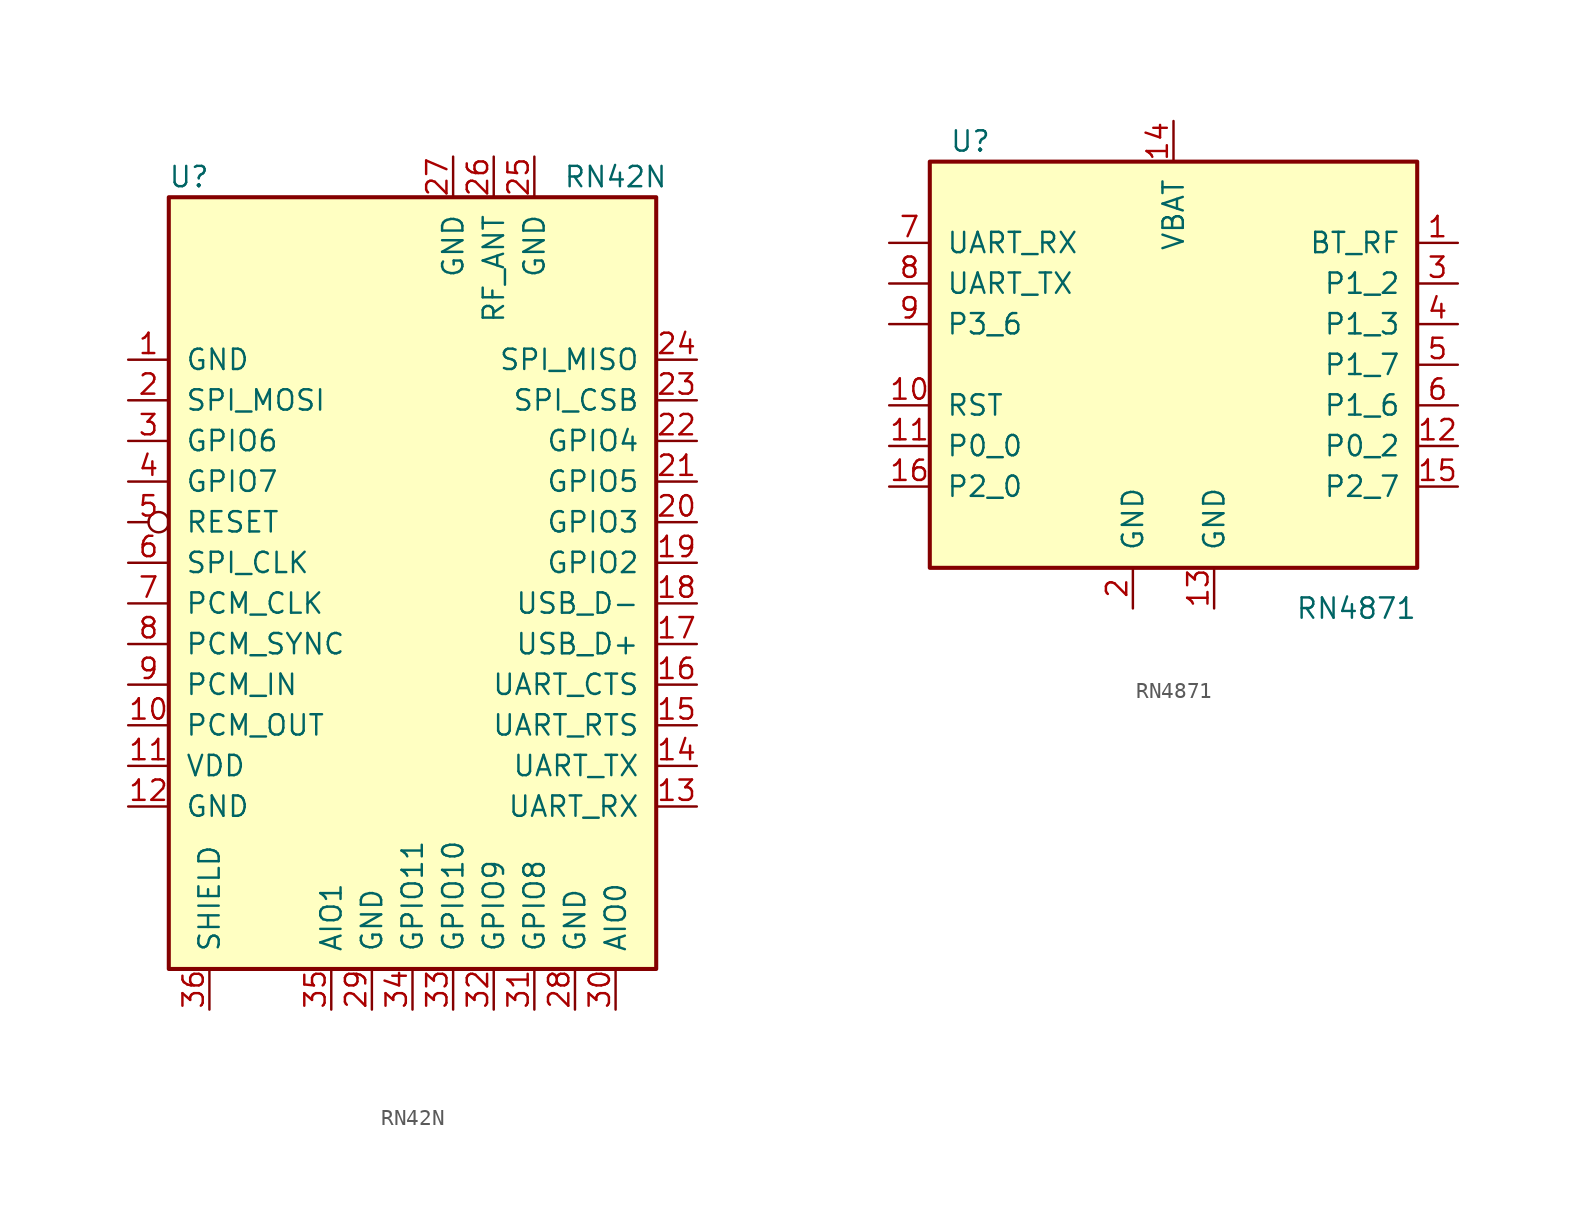
<source format=kicad_sym>
(kicad_symbol_lib
  (version 20211014)
  (generator kicad_symbol_editor)
  (symbol "RN42N"
    (pin_names
      (offset 1.016))
    (property "Reference" "U"
      (at -13.97 26.67 0)
      (effects (font (size 1.27 1.27))))
    (property "Value" "RN42N"
      (at 12.7 26.67 0)
      (effects (font (size 1.27 1.27))))
    (symbol "RN42N_0_1"
      (rectangle (start -15.24 25.4) (end 15.24 -22.86) (stroke (width 0.254) (type default) (color 0 0 0 0)) (fill (type background))))
    (symbol "RN42N_1_1"
      (pin power_in line (at -17.78 15.24 0) (length 2.54) (name "GND" (effects (font (size 1.27 1.27)))) (number "1" (effects (font (size 1.27 1.27)))))
      (pin output line (at -17.78 -7.62 0) (length 2.54) (name "PCM_OUT" (effects (font (size 1.27 1.27)))) (number "10" (effects (font (size 1.27 1.27)))))
      (pin power_in line (at -17.78 -10.16 0) (length 2.54) (name "VDD" (effects (font (size 1.27 1.27)))) (number "11" (effects (font (size 1.27 1.27)))))
      (pin power_in line (at -17.78 -12.7 0) (length 2.54) (name "GND" (effects (font (size 1.27 1.27)))) (number "12" (effects (font (size 1.27 1.27)))))
      (pin input line (at 17.78 -12.7 180) (length 2.54) (name "UART_RX" (effects (font (size 1.27 1.27)))) (number "13" (effects (font (size 1.27 1.27)))))
      (pin output line (at 17.78 -10.16 180) (length 2.54) (name "UART_TX" (effects (font (size 1.27 1.27)))) (number "14" (effects (font (size 1.27 1.27)))))
      (pin output line (at 17.78 -7.62 180) (length 2.54) (name "UART_RTS" (effects (font (size 1.27 1.27)))) (number "15" (effects (font (size 1.27 1.27)))))
      (pin input line (at 17.78 -5.08 180) (length 2.54) (name "UART_CTS" (effects (font (size 1.27 1.27)))) (number "16" (effects (font (size 1.27 1.27)))))
      (pin bidirectional line (at 17.78 -2.54 180) (length 2.54) (name "USB_D+" (effects (font (size 1.27 1.27)))) (number "17" (effects (font (size 1.27 1.27)))))
      (pin bidirectional line (at 17.78 0 180) (length 2.54) (name "USB_D-" (effects (font (size 1.27 1.27)))) (number "18" (effects (font (size 1.27 1.27)))))
      (pin bidirectional line (at 17.78 2.54 180) (length 2.54) (name "GPIO2" (effects (font (size 1.27 1.27)))) (number "19" (effects (font (size 1.27 1.27)))))
      (pin input line (at -17.78 12.7 0) (length 2.54) (name "SPI_MOSI" (effects (font (size 1.27 1.27)))) (number "2" (effects (font (size 1.27 1.27)))))
      (pin input line (at 17.78 5.08 180) (length 2.54) (name "GPIO3" (effects (font (size 1.27 1.27)))) (number "20" (effects (font (size 1.27 1.27)))))
      (pin bidirectional line (at 17.78 7.62 180) (length 2.54) (name "GPIO5" (effects (font (size 1.27 1.27)))) (number "21" (effects (font (size 1.27 1.27)))))
      (pin bidirectional line (at 17.78 10.16 180) (length 2.54) (name "GPIO4" (effects (font (size 1.27 1.27)))) (number "22" (effects (font (size 1.27 1.27)))))
      (pin input line (at 17.78 12.7 180) (length 2.54) (name "SPI_CSB" (effects (font (size 1.27 1.27)))) (number "23" (effects (font (size 1.27 1.27)))))
      (pin output line (at 17.78 15.24 180) (length 2.54) (name "SPI_MISO" (effects (font (size 1.27 1.27)))) (number "24" (effects (font (size 1.27 1.27)))))
      (pin power_in line (at 7.62 27.94 270) (length 2.54) (name "GND" (effects (font (size 1.27 1.27)))) (number "25" (effects (font (size 1.27 1.27)))))
      (pin bidirectional line (at 5.08 27.94 270) (length 2.54) (name "RF_ANT" (effects (font (size 1.27 1.27)))) (number "26" (effects (font (size 1.27 1.27)))))
      (pin power_in line (at 2.54 27.94 270) (length 2.54) (name "GND" (effects (font (size 1.27 1.27)))) (number "27" (effects (font (size 1.27 1.27)))))
      (pin power_in line (at 10.16 -25.4 90) (length 2.54) (name "GND" (effects (font (size 1.27 1.27)))) (number "28" (effects (font (size 1.27 1.27)))))
      (pin power_in line (at -2.54 -25.4 90) (length 2.54) (name "GND" (effects (font (size 1.27 1.27)))) (number "29" (effects (font (size 1.27 1.27)))))
      (pin input line (at -17.78 10.16 0) (length 2.54) (name "GPIO6" (effects (font (size 1.27 1.27)))) (number "3" (effects (font (size 1.27 1.27)))))
      (pin input line (at 12.7 -25.4 90) (length 2.54) (name "AIO0" (effects (font (size 1.27 1.27)))) (number "30" (effects (font (size 1.27 1.27)))))
      (pin output line (at 7.62 -25.4 90) (length 2.54) (name "GPIO8" (effects (font (size 1.27 1.27)))) (number "31" (effects (font (size 1.27 1.27)))))
      (pin bidirectional line (at 5.08 -25.4 90) (length 2.54) (name "GPIO9" (effects (font (size 1.27 1.27)))) (number "32" (effects (font (size 1.27 1.27)))))
      (pin bidirectional line (at 2.54 -25.4 90) (length 2.54) (name "GPIO10" (effects (font (size 1.27 1.27)))) (number "33" (effects (font (size 1.27 1.27)))))
      (pin bidirectional line (at 0 -25.4 90) (length 2.54) (name "GPIO11" (effects (font (size 1.27 1.27)))) (number "34" (effects (font (size 1.27 1.27)))))
      (pin input line (at -5.08 -25.4 90) (length 2.54) (name "AIO1" (effects (font (size 1.27 1.27)))) (number "35" (effects (font (size 1.27 1.27)))))
      (pin input line (at -12.7 -25.4 90) (length 2.54) (name "SHIELD" (effects (font (size 1.27 1.27)))) (number "36" (effects (font (size 1.27 1.27)))))
      (pin bidirectional line (at -17.78 7.62 0) (length 2.54) (name "GPIO7" (effects (font (size 1.27 1.27)))) (number "4" (effects (font (size 1.27 1.27)))))
      (pin input inverted (at -17.78 5.08 0) (length 2.54) (name "RESET" (effects (font (size 1.27 1.27)))) (number "5" (effects (font (size 1.27 1.27)))))
      (pin input line (at -17.78 2.54 0) (length 2.54) (name "SPI_CLK" (effects (font (size 1.27 1.27)))) (number "6" (effects (font (size 1.27 1.27)))))
      (pin bidirectional line (at -17.78 0 0) (length 2.54) (name "PCM_CLK" (effects (font (size 1.27 1.27)))) (number "7" (effects (font (size 1.27 1.27)))))
      (pin bidirectional line (at -17.78 -2.54 0) (length 2.54) (name "PCM_SYNC" (effects (font (size 1.27 1.27)))) (number "8" (effects (font (size 1.27 1.27)))))
      (pin input line (at -17.78 -5.08 0) (length 2.54) (name "PCM_IN" (effects (font (size 1.27 1.27)))) (number "9" (effects (font (size 1.27 1.27)))))))
  (symbol "RN4871"
    (pin_names
      (offset 1.016))
    (property "Reference" "U"
      (at -12.7 13.97 0)
      (effects (font (size 1.27 1.27))))
    (property "Value" "RN4871"
      (at 11.43 -15.24 0)
      (effects (font (size 1.27 1.27))))
    (symbol "RN4871_0_1"
      (rectangle (start -15.24 12.7) (end 15.24 -12.7) (stroke (width 0.254) (type default) (color 0 0 0 0)) (fill (type background))))
    (symbol "RN4871_1_1"
      (pin output line (at 17.78 7.62 180) (length 2.54) (name "BT_RF" (effects (font (size 1.27 1.27)))) (number "1" (effects (font (size 1.27 1.27)))))
      (pin input line (at -17.78 -2.54 0) (length 2.54) (name "RST" (effects (font (size 1.27 1.27)))) (number "10" (effects (font (size 1.27 1.27)))))
      (pin bidirectional line (at -17.78 -5.08 0) (length 2.54) (name "P0_0" (effects (font (size 1.27 1.27)))) (number "11" (effects (font (size 1.27 1.27)))))
      (pin bidirectional line (at 17.78 -5.08 180) (length 2.54) (name "P0_2" (effects (font (size 1.27 1.27)))) (number "12" (effects (font (size 1.27 1.27)))))
      (pin power_in line (at 2.54 -15.24 90) (length 2.54) (name "GND" (effects (font (size 1.27 1.27)))) (number "13" (effects (font (size 1.27 1.27)))))
      (pin power_in line (at 0 15.24 270) (length 2.54) (name "VBAT" (effects (font (size 1.27 1.27)))) (number "14" (effects (font (size 1.27 1.27)))))
      (pin bidirectional line (at 17.78 -7.62 180) (length 2.54) (name "P2_7" (effects (font (size 1.27 1.27)))) (number "15" (effects (font (size 1.27 1.27)))))
      (pin input line (at -17.78 -7.62 0) (length 2.54) (name "P2_0" (effects (font (size 1.27 1.27)))) (number "16" (effects (font (size 1.27 1.27)))))
      (pin power_in line (at -2.54 -15.24 90) (length 2.54) (name "GND" (effects (font (size 1.27 1.27)))) (number "2" (effects (font (size 1.27 1.27)))))
      (pin bidirectional line (at 17.78 5.08 180) (length 2.54) (name "P1_2" (effects (font (size 1.27 1.27)))) (number "3" (effects (font (size 1.27 1.27)))))
      (pin bidirectional line (at 17.78 2.54 180) (length 2.54) (name "P1_3" (effects (font (size 1.27 1.27)))) (number "4" (effects (font (size 1.27 1.27)))))
      (pin bidirectional line (at 17.78 0 180) (length 2.54) (name "P1_7" (effects (font (size 1.27 1.27)))) (number "5" (effects (font (size 1.27 1.27)))))
      (pin bidirectional line (at 17.78 -2.54 180) (length 2.54) (name "P1_6" (effects (font (size 1.27 1.27)))) (number "6" (effects (font (size 1.27 1.27)))))
      (pin input line (at -17.78 7.62 0) (length 2.54) (name "UART_RX" (effects (font (size 1.27 1.27)))) (number "7" (effects (font (size 1.27 1.27)))))
      (pin output line (at -17.78 5.08 0) (length 2.54) (name "UART_TX" (effects (font (size 1.27 1.27)))) (number "8" (effects (font (size 1.27 1.27)))))
      (pin bidirectional line (at -17.78 2.54 0) (length 2.54) (name "P3_6" (effects (font (size 1.27 1.27)))) (number "9" (effects (font (size 1.27 1.27))))))))
</source>
